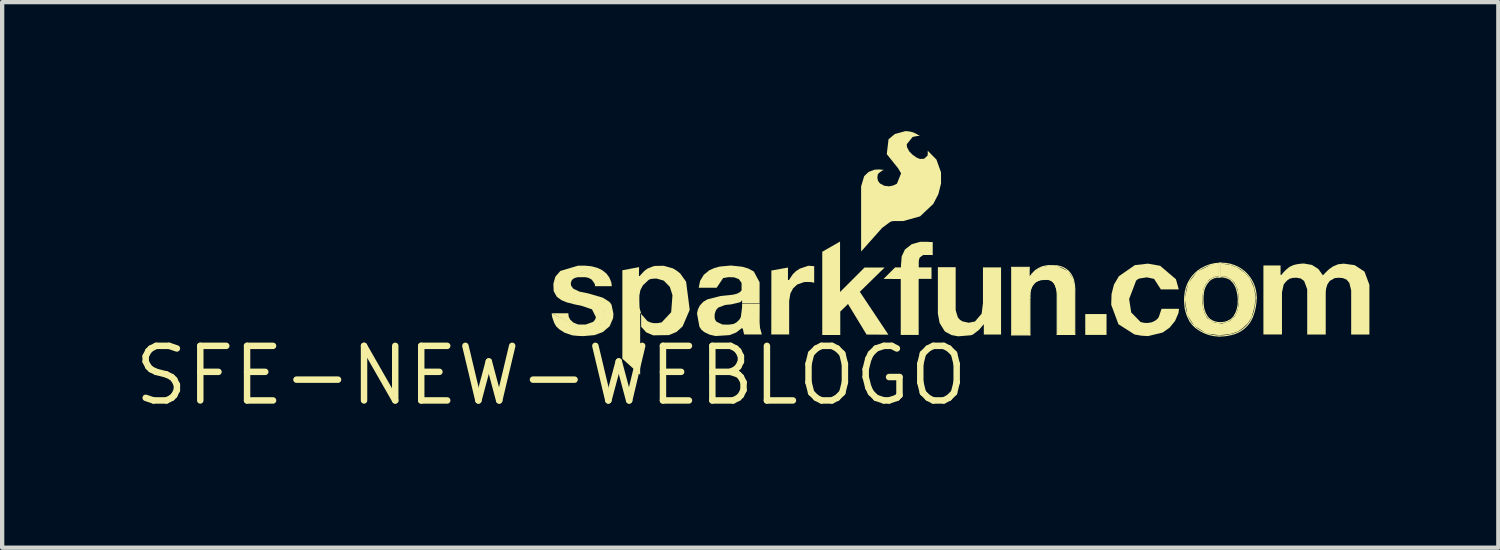
<source format=kicad_pcb>
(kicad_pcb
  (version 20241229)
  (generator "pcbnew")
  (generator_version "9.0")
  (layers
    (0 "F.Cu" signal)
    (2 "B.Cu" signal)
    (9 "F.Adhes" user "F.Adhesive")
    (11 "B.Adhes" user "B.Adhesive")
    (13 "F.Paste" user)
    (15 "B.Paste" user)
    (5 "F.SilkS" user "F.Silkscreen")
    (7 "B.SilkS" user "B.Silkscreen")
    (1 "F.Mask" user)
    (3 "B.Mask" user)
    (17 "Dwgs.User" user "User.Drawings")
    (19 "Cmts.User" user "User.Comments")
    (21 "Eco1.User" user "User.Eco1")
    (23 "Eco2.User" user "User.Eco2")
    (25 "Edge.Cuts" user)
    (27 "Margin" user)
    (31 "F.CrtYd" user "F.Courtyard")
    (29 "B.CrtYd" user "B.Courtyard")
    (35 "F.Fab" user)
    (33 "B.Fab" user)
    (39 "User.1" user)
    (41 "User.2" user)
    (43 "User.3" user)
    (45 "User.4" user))
  (footprint "SFE-NEW-WEBLOGO"
    (layer "F.Cu")
    (at 9.774 5.687)
    (property "Reference" "SFE-NEW-WEBLOGO" (at 0 0 0) (layer "F.SilkS") (effects (font (size 1.27 1.27) (thickness 0.15))))
    (attr through_hole)
    (fp_line (start 10.716 -2.517) (end 11.12 -2.517) (stroke (width 0.025) (type solid)) (layer "F.SilkS"))
    (fp_line (start 10.716 -0.945) (end 10.716 -2.517) (stroke (width 0.025) (type solid)) (layer "F.SilkS"))
    (fp_line (start 11.12 -2.517) (end 11.12 -2.296) (stroke (width 0.025) (type solid)) (layer "F.SilkS"))
    (fp_line (start 11.12 -2.296) (end 11.128 -2.296) (stroke (width 0.025) (type solid)) (layer "F.SilkS"))
    (fp_line (start 11.138 -1.814) (end 11.138 -0.945) (stroke (width 0.025) (type solid)) (layer "F.SilkS"))
    (fp_line (start 11.138 -0.945) (end 10.716 -0.945) (stroke (width 0.025) (type solid)) (layer "F.SilkS"))
    (fp_line (start 11.773 -0.955) (end 11.773 -1.92) (stroke (width 0.025) (type solid)) (layer "F.SilkS"))
    (fp_line (start 12.182 -2.009) (end 12.182 -0.955) (stroke (width 0.025) (type solid)) (layer "F.SilkS"))
    (fp_line (start 12.182 -0.955) (end 11.773 -0.955) (stroke (width 0.025) (type solid)) (layer "F.SilkS"))
    (fp_line (start 15.55 -2.614) (end 15.55 -2.291) (stroke (width 0.025) (type solid)) (layer "F.SilkS"))
    (fp_line (start 15.55 -2.291) (end 15.527 -2.291) (stroke (width 0.025) (type solid)) (layer "F.SilkS"))
    (fp_line (start 15.57 -2.614) (end 15.585 -2.614) (stroke (width 0.025) (type solid)) (layer "F.SilkS"))
    (fp_line (start 15.57 -2.296) (end 15.57 -2.614) (stroke (width 0.025) (type solid)) (layer "F.SilkS"))
    (fp_arc (start 11.1379 -1.8821) (mid 11.146106 -1.962214) (end 11.1684 -2.0396) (stroke (width 0.0254) (type solid)) (layer "F.SilkS"))
    (fp_arc (start 11.1379 -1.8136) (mid 11.137681 -1.84785) (end 11.1379 -1.8821) (stroke (width 0.0254) (type solid)) (layer "F.SilkS"))
    (fp_arc (start 11.1455 -2.3038) (mid 11.137379 -2.298176) (end 11.1277 -2.2962) (stroke (width 0.0254) (type solid)) (layer "F.SilkS"))
    (fp_arc (start 11.1582 -2.319) (mid 11.152103 -2.311188) (end 11.1455 -2.3038) (stroke (width 0.0254) (type solid)) (layer "F.SilkS"))
    (fp_arc (start 11.1582 -2.319) (mid 11.172158 -2.338081) (end 11.1862 -2.3571) (stroke (width 0.0254) (type solid)) (layer "F.SilkS"))
    (fp_arc (start 11.1684 -2.0396) (mid 11.206138 -2.110015) (end 11.2598 -2.1692) (stroke (width 0.0254) (type solid)) (layer "F.SilkS"))
    (fp_arc (start 11.1862 -2.3571) (mid 11.2264 -2.404414) (end 11.2725 -2.446) (stroke (width 0.0254) (type solid)) (layer "F.SilkS"))
    (fp_arc (start 11.259799 -2.1692) (mid 11.334441 -2.214452) (end 11.4198 -2.2327) (stroke (width 0.0254) (type solid)) (layer "F.SilkS"))
    (fp_arc (start 11.2725 -2.446) (mid 11.411238 -2.52384) (end 11.5672 -2.5552) (stroke (width 0.0254) (type solid)) (layer "F.SilkS"))
    (fp_arc (start 11.5316 -2.2377) (mid 11.475702 -2.235165) (end 11.4198 -2.2327) (stroke (width 0.0254) (type solid)) (layer "F.SilkS"))
    (fp_arc (start 11.5316 -2.2377) (mid 11.565101 -2.235924) (end 11.5976 -2.2276) (stroke (width 0.0254) (type solid)) (layer "F.SilkS"))
    (fp_arc (start 11.5672 -2.5552) (mid 11.667584 -2.556058) (end 11.7678 -2.5502) (stroke (width 0.0254) (type solid)) (layer "F.SilkS"))
    (fp_arc (start 11.5976 -2.2276) (mid 11.664346 -2.1894) (end 11.7145 -2.1311) (stroke (width 0.0254) (type solid)) (layer "F.SilkS"))
    (fp_arc (start 11.7145 -2.1311) (mid 11.758038 -2.02962) (end 11.7729 -1.9202) (stroke (width 0.0254) (type solid)) (layer "F.SilkS"))
    (fp_arc (start 11.7678 -2.5502) (mid 11.911985 -2.511161) (end 12.0345 -2.425699) (stroke (width 0.0254) (type solid)) (layer "F.SilkS"))
    (fp_arc (start 12.0345 -2.4257) (mid 12.104013 -2.336521) (end 12.1488 -2.232699) (stroke (width 0.0254) (type solid)) (layer "F.SilkS"))
    (fp_arc (start 12.1488 -2.2327) (mid 12.172766 -2.122002) (end 12.1818 -2.0091) (stroke (width 0.0254) (type solid)) (layer "F.SilkS"))
    (fp_arc (start 14.7523 -1.5672) (mid 14.737287 -1.759061) (end 14.7549 -1.9507) (stroke (width 0.0254) (type solid)) (layer "F.SilkS"))
    (fp_arc (start 14.7549 -1.9507) (mid 14.882786 -2.260687) (end 15.128201 -2.4892) (stroke (width 0.0254) (type solid)) (layer "F.SilkS"))
    (fp_arc (start 14.8615 -1.27) (mid 14.792796 -1.413418) (end 14.7523 -1.5672) (stroke (width 0.0254) (type solid)) (layer "F.SilkS"))
    (fp_arc (start 14.9911 -1.1201) (mid 14.919858 -1.189481) (end 14.8615 -1.27) (stroke (width 0.0254) (type solid)) (layer "F.SilkS"))
    (fp_arc (start 15.1282 -2.4892) (mid 15.331296 -2.577713) (end 15.5499 -2.6137) (stroke (width 0.0254) (type solid)) (layer "F.SilkS"))
    (fp_arc (start 15.168899 -1.8847) (mid 15.20247 -2.035022) (end 15.2781 -2.1692) (stroke (width 0.0254) (type solid)) (layer "F.SilkS"))
    (fp_arc (start 15.1714 -1.6383) (mid 15.165026 -1.761448) (end 15.1689 -1.8847) (stroke (width 0.0254) (type solid)) (layer "F.SilkS"))
    (fp_arc (start 15.24 -1.4097) (mid 15.194331 -1.520588) (end 15.1714 -1.6383) (stroke (width 0.0254) (type solid)) (layer "F.SilkS"))
    (fp_arc (start 15.278099 -2.1692) (mid 15.388433 -2.258974) (end 15.527 -2.2911) (stroke (width 0.0254) (type solid)) (layer "F.SilkS"))
    (fp_arc (start 15.428 -1.2522) (mid 15.31871 -1.312699) (end 15.24 -1.4097) (stroke (width 0.0254) (type solid)) (layer "F.SilkS"))
    (fp_arc (start 15.5423 -0.9195) (mid 15.249615 -0.972854) (end 14.9911 -1.1201) (stroke (width 0.0254) (type solid)) (layer "F.SilkS"))
    (fp_arc (start 15.5702 -2.2962) (mid 15.650001 -2.290017) (end 15.7277 -2.2708) (stroke (width 0.0254) (type solid)) (layer "F.SilkS"))
    (fp_arc (start 15.5854 -2.6137) (mid 15.698073 -2.606673) (end 15.809 -2.5857) (stroke (width 0.0254) (type solid)) (layer "F.SilkS"))
    (fp_arc (start 15.7277 -2.2708) (mid 15.783745 -2.244042) (end 15.8318 -2.2047) (stroke (width 0.0254) (type solid)) (layer "F.SilkS"))
    (fp_arc (start 15.7632 -1.2725) (mid 15.597525 -1.230563) (end 15.428 -1.2522) (stroke (width 0.0254) (type solid)) (layer "F.SilkS"))
    (fp_arc (start 15.809 -2.5857) (mid 15.978822 -2.520652) (end 16.129 -2.4181) (stroke (width 0.0254) (type solid)) (layer "F.SilkS"))
    (fp_arc (start 15.8318 -2.2047) (mid 15.910982 -2.096372) (end 15.9588 -1.971) (stroke (width 0.0254) (type solid)) (layer "F.SilkS"))
    (fp_arc (start 15.9029 -0.9754) (mid 15.724919 -0.932492) (end 15.5423 -0.9195) (stroke (width 0.0254) (type solid)) (layer "F.SilkS"))
    (fp_arc (start 15.908 -1.4097) (mid 15.846801 -1.329279) (end 15.7632 -1.2725) (stroke (width 0.0254) (type solid)) (layer "F.SilkS"))
    (fp_arc (start 15.9588 -1.971) (mid 15.980368 -1.846143) (end 15.9868 -1.7196) (stroke (width 0.0254) (type solid)) (layer "F.SilkS"))
    (fp_arc (start 15.9868 -1.7196) (mid 15.966058 -1.559906) (end 15.908 -1.4097) (stroke (width 0.0254) (type solid)) (layer "F.SilkS"))
    (fp_arc (start 16.129 -2.4181) (mid 16.333054 -2.143404) (end 16.4033 -1.808499) (stroke (width 0.0254) (type solid)) (layer "F.SilkS"))
    (fp_arc (start 16.317 -1.3665) (mid 16.153433 -1.12491) (end 15.9029 -0.9754) (stroke (width 0.0254) (type solid)) (layer "F.SilkS"))
    (fp_arc (start 16.4033 -1.8085) (mid 16.380488 -1.583529) (end 16.317 -1.3665) (stroke (width 0.0254) (type solid)) (layer "F.SilkS"))
    (fp_poly (pts (xy 12.426 -0.945) (xy 12.921 -0.945) (xy 12.921 -1.43) (xy 12.426 -1.43)) (stroke (width 0) (type solid)) (fill yes) (layer "F.SilkS"))
    (fp_poly (pts (xy 6.307 -0.947) (xy 6.307 -2.88) (xy 6.721 -3.117) (xy 6.721 -1.943) (xy 7.29 -2.512) (xy 7.757 -2.512) (xy 7.181 -1.948) (xy 7.846 -0.95) (xy 7.338 -0.953) (xy 6.911 -1.656) (xy 6.906 -1.664) (xy 6.726 -1.488) (xy 6.726 -0.955) (xy 6.726 -0.942) (xy 6.312 -0.942)) (stroke (width 0) (type solid)) (fill yes) (layer "F.SilkS"))
    (fp_poly (pts (xy 5.121 -0.955) (xy 5.123 -2.443) (xy 5.509 -2.512) (xy 5.509 -2.225) (xy 5.519 -2.22) (xy 5.535 -2.225) (xy 5.555 -2.256) (xy 5.589 -2.308) (xy 5.624 -2.36) (xy 5.695 -2.428) (xy 5.784 -2.487) (xy 5.982 -2.553) (xy 6.119 -2.545) (xy 6.119 -2.159) (xy 6.116 -2.159) (xy 6.109 -2.16) (xy 6.101 -2.162) (xy 6.071 -2.17) (xy 6.04 -2.174) (xy 5.963 -2.177) (xy 5.885 -2.174) (xy 5.725 -2.118) (xy 5.627 -2.026) (xy 5.565 -1.907) (xy 5.537 -1.737) (xy 5.537 -0.955)) (stroke (width 0) (type solid)) (fill yes) (layer "F.SilkS"))
    (fp_poly (pts (xy 8.133 -0.945) (xy 8.133 -2.225) (xy 8.133 -2.245) (xy 7.734 -2.248) (xy 8.001 -2.515) (xy 8.138 -2.515) (xy 8.138 -2.56) (xy 8.156 -2.774) (xy 8.23 -2.931) (xy 8.391 -3.057) (xy 8.588 -3.111) (xy 8.743 -3.111) (xy 8.809 -3.107) (xy 8.875 -3.104) (xy 8.877 -3.104) (xy 8.877 -2.802) (xy 8.87 -2.802) (xy 8.842 -2.804) (xy 8.656 -2.804) (xy 8.578 -2.748) (xy 8.559 -2.703) (xy 8.552 -2.654) (xy 8.552 -2.515) (xy 8.664 -2.515) (xy 8.849 -2.515) (xy 8.849 -2.248) (xy 8.55 -2.248) (xy 8.55 -0.945)) (stroke (width 0) (type solid)) (fill yes) (layer "F.SilkS"))
    (fp_poly (pts (xy 8.997 -2.52) (xy 8.997 -1.44) (xy 8.997 -1.44) (xy 9.037 -1.224) (xy 9.152 -1.036) (xy 9.164 -1.024) (xy 9.177 -1.014) (xy 9.177 -1.014) (xy 9.316 -0.941) (xy 9.469 -0.912) (xy 9.766 -0.937) (xy 9.793 -0.945) (xy 9.817 -0.958) (xy 9.953 -1.061) (xy 10.063 -1.191) (xy 10.066 -1.191) (xy 10.066 -0.953) (xy 10.467 -0.953) (xy 10.467 -2.515) (xy 10.046 -2.515) (xy 10.046 -1.684) (xy 10.015 -1.438) (xy 9.86 -1.257) (xy 9.714 -1.228) (xy 9.568 -1.26) (xy 9.568 -1.26) (xy 9.508 -1.299) (xy 9.461 -1.354) (xy 9.411 -1.519) (xy 9.411 -2.52)) (stroke (width 0) (type solid)) (fill yes) (layer "F.SilkS"))
    (fp_poly (pts (xy 10.716 -2.517) (xy 11.12 -2.517) (xy 11.12 -2.296) (xy 11.128 -2.296) (xy 11.137 -2.298) (xy 11.146 -2.304) (xy 11.158 -2.319) (xy 11.172 -2.338) (xy 11.186 -2.357) (xy 11.226 -2.404) (xy 11.273 -2.446) (xy 11.411 -2.524) (xy 11.567 -2.555) (xy 11.768 -2.55) (xy 12.034 -2.426) (xy 12.149 -2.233) (xy 12.182 -2.009) (xy 12.182 -0.955) (xy 11.773 -0.955) (xy 11.773 -1.92) (xy 11.773 -1.92) (xy 11.714 -2.131) (xy 11.664 -2.189) (xy 11.598 -2.228) (xy 11.532 -2.238) (xy 11.476 -2.235) (xy 11.42 -2.233) (xy 11.26 -2.169) (xy 11.168 -2.04) (xy 11.138 -1.882) (xy 11.138 -1.814) (xy 11.138 -0.945) (xy 10.716 -0.945)) (stroke (width 0) (type solid)) (fill yes) (layer "F.SilkS"))
    (fp_poly (pts (xy 14.602 -2.004) (xy 14.183 -2.004) (xy 14.183 -2.007) (xy 14.183 -2.007) (xy 14.028 -2.248) (xy 13.861 -2.284) (xy 13.691 -2.258) (xy 13.646 -2.238) (xy 13.609 -2.207) (xy 13.447 -1.78) (xy 13.495 -1.468) (xy 13.495 -1.468) (xy 13.713 -1.245) (xy 13.794 -1.226) (xy 13.876 -1.222) (xy 13.967 -1.237) (xy 14.051 -1.275) (xy 14.098 -1.311) (xy 14.135 -1.356) (xy 14.201 -1.552) (xy 14.607 -1.552) (xy 14.607 -1.547) (xy 14.595 -1.453) (xy 14.516 -1.27) (xy 14.391 -1.116) (xy 14.229 -1.001) (xy 13.886 -0.917) (xy 13.728 -0.927) (xy 13.571 -0.955) (xy 13.198 -1.194) (xy 13.03 -1.646) (xy 13.038 -1.895) (xy 13.038 -1.895) (xy 13.093 -2.115) (xy 13.209 -2.311) (xy 13.579 -2.568) (xy 13.884 -2.603) (xy 14.168 -2.553) (xy 14.168 -2.553) (xy 14.536 -2.24)) (stroke (width 0) (type solid)) (fill yes) (layer "F.SilkS"))
    (fp_poly (pts (xy 0.013 -1.448) (xy 0.015 -1.412) (xy 0.025 -1.354) (xy 0.069 -1.227) (xy 0.119 -1.14) (xy 0.193 -1.072) (xy 0.312 -0.996) (xy 0.49 -0.935) (xy 0.618 -0.922) (xy 0.747 -0.917) (xy 1.011 -0.94) (xy 1.204 -1.013) (xy 1.361 -1.148) (xy 1.44 -1.333) (xy 1.445 -1.385) (xy 1.448 -1.438) (xy 1.448 -1.438) (xy 1.405 -1.643) (xy 1.379 -1.685) (xy 1.346 -1.72) (xy 1.201 -1.811) (xy 0.864 -1.91) (xy 0.66 -1.951) (xy 0.513 -2.022) (xy 0.462 -2.093) (xy 0.456 -2.154) (xy 0.477 -2.212) (xy 0.503 -2.242) (xy 0.536 -2.263) (xy 0.581 -2.28) (xy 0.627 -2.288) (xy 0.8 -2.288) (xy 0.877 -2.269) (xy 0.945 -2.23) (xy 1.014 -2.131) (xy 1.021 -2.078) (xy 1.41 -2.078) (xy 1.402 -2.149) (xy 1.196 -2.278) (xy 0.742 -2.41) (xy 0.323 -2.301) (xy 0.376 -1.996) (xy 0.815 -1.735) (xy 1.24 -1.504) (xy 1.13 -1.179) (xy 0.737 -1.09)) (stroke (width 0) (type solid)) (fill yes) (layer "F.SilkS"))
    (fp_poly (pts (xy 15.524 -2.606) (xy 15.537 -2.601) (xy 15.537 -2.309) (xy 15.425 -2.294) (xy 15.306 -2.228) (xy 15.225 -2.116) (xy 15.184 -2.024) (xy 15.156 -1.875) (xy 15.151 -1.687) (xy 15.169 -1.56) (xy 15.207 -1.443) (xy 15.263 -1.336) (xy 15.433 -1.232) (xy 15.613 -1.209) (xy 15.794 -1.27) (xy 15.905 -1.372) (xy 15.961 -1.496) (xy 15.999 -1.653) (xy 15.999 -1.798) (xy 15.974 -1.994) (xy 15.898 -2.159) (xy 15.812 -2.243) (xy 15.712 -2.296) (xy 15.591 -2.306) (xy 15.58 -2.306) (xy 15.585 -2.603) (xy 15.786 -2.578) (xy 15.949 -2.522) (xy 16.147 -2.385) (xy 16.256 -2.258) (xy 16.36 -2.024) (xy 16.388 -1.806) (xy 16.363 -1.595) (xy 16.294 -1.349) (xy 16.213 -1.219) (xy 16.093 -1.105) (xy 15.982 -1.026) (xy 15.796 -0.963) (xy 15.545 -0.937) (xy 15.245 -0.978) (xy 14.961 -1.156) (xy 14.801 -1.405) (xy 14.74 -1.793) (xy 14.821 -2.149) (xy 15.034 -2.421) (xy 15.372 -2.588) (xy 15.519 -2.606)) (stroke (width 0) (type solid)) (fill yes) (layer "F.SilkS"))
    (fp_poly (pts (xy 1.402 -2.156) (xy 1.382 -2.212) (xy 1.365 -2.252) (xy 1.346 -2.291) (xy 1.283 -2.375) (xy 1.187 -2.451) (xy 1.077 -2.504) (xy 0.942 -2.541) (xy 0.803 -2.555) (xy 0.712 -2.556) (xy 0.622 -2.555) (xy 0.213 -2.433) (xy 0.097 -2.299) (xy 0.097 -2.299) (xy 0.051 -2.134) (xy 0.058 -1.963) (xy 0.058 -1.963) (xy 0.132 -1.831) (xy 0.236 -1.755) (xy 0.356 -1.704) (xy 0.536 -1.657) (xy 0.719 -1.618) (xy 0.95 -1.539) (xy 1.041 -1.356) (xy 1.019 -1.296) (xy 0.975 -1.247) (xy 0.8 -1.186) (xy 0.733 -1.186) (xy 0.665 -1.186) (xy 0.636 -1.188) (xy 0.607 -1.194) (xy 0.607 -1.194) (xy 0.517 -1.233) (xy 0.445 -1.298) (xy 0.444 -1.298) (xy 0.408 -1.366) (xy 0.399 -1.443) (xy 0.399 -1.448) (xy 0.013 -1.448) (xy 0.726 -1.072) (xy 1.138 -1.163) (xy 1.25 -1.496) (xy 1.232 -1.532) (xy 0.406 -2.012) (xy 0.358 -2.286) (xy 0.737 -2.4) (xy 1.158 -2.266) (xy 1.354 -2.121)) (stroke (width 0) (type solid)) (fill yes) (layer "F.SilkS"))
    (fp_poly (pts (xy 16.571 -0.955) (xy 16.571 -2.56) (xy 16.97 -2.56) (xy 16.97 -2.339) (xy 16.993 -2.344) (xy 17.026 -2.388) (xy 17.102 -2.466) (xy 17.178 -2.527) (xy 17.267 -2.568) (xy 17.321 -2.583) (xy 17.376 -2.593) (xy 17.445 -2.602) (xy 17.513 -2.606) (xy 17.701 -2.573) (xy 17.701 -2.573) (xy 17.85 -2.478) (xy 17.953 -2.334) (xy 17.961 -2.338) (xy 17.971 -2.347) (xy 18.016 -2.395) (xy 18.095 -2.471) (xy 18.184 -2.535) (xy 18.307 -2.588) (xy 18.44 -2.603) (xy 18.694 -2.568) (xy 18.923 -2.418) (xy 19.037 -2.111) (xy 19.037 -0.953) (xy 18.613 -0.953) (xy 18.613 -1.981) (xy 18.57 -2.156) (xy 18.57 -2.156) (xy 18.506 -2.231) (xy 18.415 -2.268) (xy 18.322 -2.275) (xy 18.23 -2.266) (xy 18.113 -2.2) (xy 18.057 -2.115) (xy 18.029 -2.017) (xy 18.023 -1.961) (xy 18.021 -1.905) (xy 18.021 -0.953) (xy 17.59 -0.953) (xy 17.59 -2.009) (xy 17.518 -2.2) (xy 17.518 -2.2) (xy 17.438 -2.258) (xy 17.341 -2.276) (xy 17.297 -2.274) (xy 17.254 -2.271) (xy 17.186 -2.254) (xy 17.127 -2.215) (xy 17.083 -2.169) (xy 17.043 -2.118) (xy 17.003 -1.935) (xy 17.003 -0.955)) (stroke (width 0) (type solid)) (fill yes) (layer "F.SilkS"))
    (fp_poly (pts (xy 2.045 -2.522) (xy 2.042 -2.322) (xy 2.05 -2.314) (xy 2.055 -2.311) (xy 2.078 -2.337) (xy 2.167 -2.433) (xy 2.24 -2.487) (xy 2.372 -2.54) (xy 2.421 -2.55) (xy 2.619 -2.553) (xy 2.83 -2.494) (xy 2.92 -2.44) (xy 3.002 -2.375) (xy 3.139 -2.182) (xy 3.139 -2.182) (xy 3.223 -1.529) (xy 3.058 -1.143) (xy 2.916 -1.014) (xy 2.738 -0.94) (xy 2.372 -0.935) (xy 2.372 -0.935) (xy 2.211 -1.005) (xy 2.093 -1.135) (xy 2.093 -1.433) (xy 2.101 -1.44) (xy 2.101 -1.435) (xy 2.103 -1.425) (xy 2.108 -1.417) (xy 2.111 -1.414) (xy 2.113 -1.41) (xy 2.113 -1.41) (xy 2.24 -1.265) (xy 2.31 -1.235) (xy 2.385 -1.219) (xy 2.479 -1.219) (xy 2.571 -1.237) (xy 2.792 -1.473) (xy 2.822 -1.869) (xy 2.761 -2.062) (xy 2.621 -2.207) (xy 2.454 -2.256) (xy 2.399 -2.254) (xy 2.344 -2.25) (xy 2.305 -2.242) (xy 2.268 -2.225) (xy 2.134 -2.098) (xy 2.075 -1.986) (xy 2.052 -1.862) (xy 2.051 -1.734) (xy 2.055 -1.605) (xy 2.059 -1.566) (xy 2.068 -1.526) (xy 2.09 -1.458) (xy 2.09 -1.458) (xy 2.083 -1.448) (xy 2.07 -1.448) (xy 2.07 -1.138) (xy 2.07 -0.018) (xy 1.656 -0.391) (xy 1.656 -2.441) (xy 1.656 -2.449)) (stroke (width 0) (type solid)) (fill yes) (layer "F.SilkS"))
    (fp_poly (pts (xy 7.757 -4.78) (xy 7.709 -4.788) (xy 7.615 -4.795) (xy 7.521 -4.788) (xy 7.386 -4.737) (xy 7.282 -4.638) (xy 7.211 -4.402) (xy 7.211 -2.885) (xy 7.699 -3.434) (xy 7.887 -3.574) (xy 7.924 -3.587) (xy 7.963 -3.594) (xy 8.191 -3.594) (xy 8.583 -3.703) (xy 8.89 -3.993) (xy 8.89 -3.993) (xy 9.009 -4.22) (xy 9.071 -4.47) (xy 9.07 -4.727) (xy 9.07 -4.727) (xy 8.964 -5.024) (xy 8.761 -5.23) (xy 8.761 -5.141) (xy 8.753 -5.113) (xy 8.684 -5.05) (xy 8.674 -5.045) (xy 8.664 -5.042) (xy 8.578 -5.039) (xy 8.499 -5.072) (xy 8.407 -5.138) (xy 8.329 -5.217) (xy 8.278 -5.316) (xy 8.273 -5.382) (xy 8.412 -5.552) (xy 8.517 -5.573) (xy 8.578 -5.573) (xy 8.578 -5.573) (xy 8.575 -5.575) (xy 8.481 -5.631) (xy 8.463 -5.638) (xy 8.445 -5.646) (xy 8.434 -5.652) (xy 8.423 -5.657) (xy 8.335 -5.679) (xy 8.245 -5.687) (xy 7.996 -5.619) (xy 7.849 -5.497) (xy 7.849 -5.497) (xy 7.808 -5.151) (xy 8.072 -4.821) (xy 8.072 -4.821) (xy 8.141 -4.704) (xy 8.044 -4.463) (xy 7.958 -4.421) (xy 7.864 -4.402) (xy 7.864 -4.402) (xy 7.754 -4.414) (xy 7.656 -4.465) (xy 7.622 -4.501) (xy 7.6 -4.544) (xy 7.589 -4.611) (xy 7.6 -4.679) (xy 7.622 -4.709) (xy 7.706 -4.77) (xy 7.706 -4.77) (xy 7.731 -4.781)) (stroke (width 0) (type solid)) (fill yes) (layer "F.SilkS"))
    (fp_poly (pts (xy 3.429 -2.042) (xy 3.848 -2.042) (xy 3.853 -2.042) (xy 3.853 -2.047) (xy 3.853 -2.047) (xy 4 -2.266) (xy 4.12 -2.288) (xy 4.188 -2.287) (xy 4.257 -2.284) (xy 4.366 -2.243) (xy 4.43 -2.154) (xy 4.43 -1.989) (xy 4.425 -1.977) (xy 4.417 -1.966) (xy 4.387 -1.938) (xy 4.342 -1.912) (xy 4.293 -1.895) (xy 4.227 -1.881) (xy 4.16 -1.872) (xy 4.05 -1.861) (xy 3.939 -1.849) (xy 3.637 -1.773) (xy 3.536 -1.713) (xy 3.457 -1.626) (xy 3.414 -1.539) (xy 3.393 -1.445) (xy 3.393 -1.445) (xy 3.449 -1.135) (xy 3.496 -1.065) (xy 3.561 -1.011) (xy 3.688 -0.95) (xy 3.825 -0.919) (xy 4.15 -0.94) (xy 4.303 -1) (xy 4.432 -1.1) (xy 4.432 -1.1) (xy 4.458 -1.092) (xy 4.481 -0.988) (xy 4.484 -0.974) (xy 4.488 -0.96) (xy 4.498 -0.955) (xy 4.902 -0.955) (xy 4.895 -0.975) (xy 4.859 -1.107) (xy 4.849 -1.242) (xy 4.851 -1.676) (xy 4.442 -1.676) (xy 4.442 -1.593) (xy 4.415 -1.374) (xy 4.412 -1.365) (xy 4.409 -1.356) (xy 4.398 -1.33) (xy 4.381 -1.306) (xy 4.345 -1.267) (xy 4.305 -1.232) (xy 4.239 -1.199) (xy 4.133 -1.184) (xy 4.055 -1.184) (xy 3.978 -1.189) (xy 3.846 -1.252) (xy 3.817 -1.294) (xy 3.802 -1.344) (xy 3.805 -1.435) (xy 3.835 -1.522) (xy 3.886 -1.58) (xy 4.046 -1.641) (xy 4.191 -1.656) (xy 4.387 -1.702) (xy 4.416 -1.72) (xy 4.437 -1.748) (xy 4.442 -1.748) (xy 4.442 -1.687) (xy 4.849 -1.687) (xy 4.849 -2.169) (xy 4.849 -2.169) (xy 4.714 -2.421) (xy 4.584 -2.49) (xy 4.442 -2.532) (xy 4.181 -2.559) (xy 3.919 -2.535) (xy 3.796 -2.501) (xy 3.68 -2.449) (xy 3.551 -2.344) (xy 3.465 -2.202) (xy 3.432 -2.04)) (stroke (width 0) (type solid)) (fill yes) (layer "F.SilkS")))
  (gr_rect
    (start -3 -3)
    (end 31.811 9.693)
    (stroke (width 0.1) (type default))
    (fill no)
    (layer "Edge.Cuts")))
</source>
